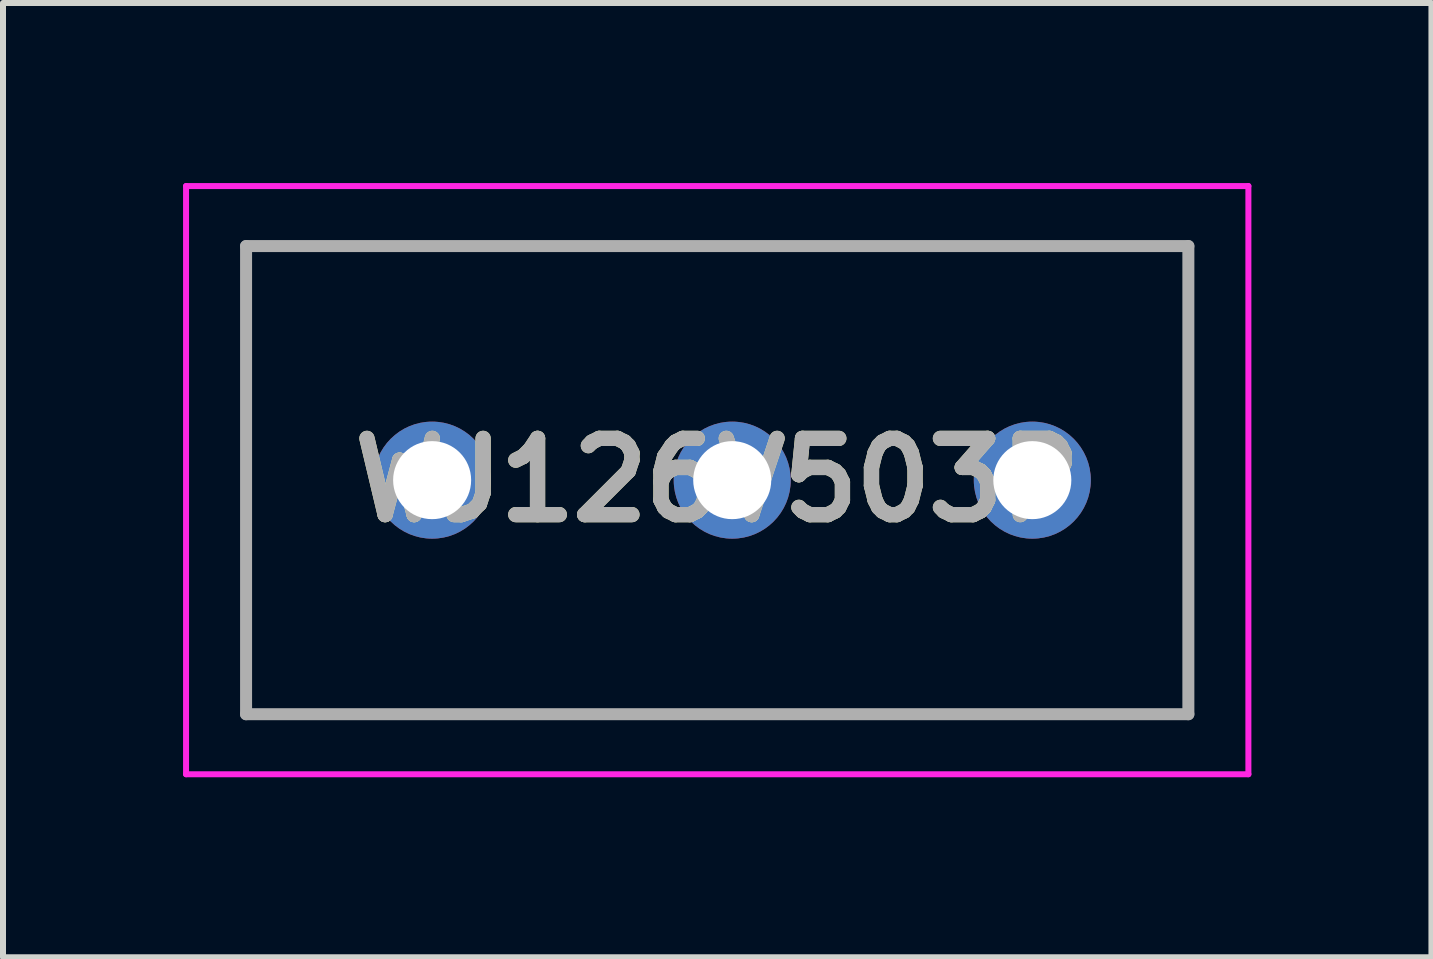
<source format=kicad_pcb>
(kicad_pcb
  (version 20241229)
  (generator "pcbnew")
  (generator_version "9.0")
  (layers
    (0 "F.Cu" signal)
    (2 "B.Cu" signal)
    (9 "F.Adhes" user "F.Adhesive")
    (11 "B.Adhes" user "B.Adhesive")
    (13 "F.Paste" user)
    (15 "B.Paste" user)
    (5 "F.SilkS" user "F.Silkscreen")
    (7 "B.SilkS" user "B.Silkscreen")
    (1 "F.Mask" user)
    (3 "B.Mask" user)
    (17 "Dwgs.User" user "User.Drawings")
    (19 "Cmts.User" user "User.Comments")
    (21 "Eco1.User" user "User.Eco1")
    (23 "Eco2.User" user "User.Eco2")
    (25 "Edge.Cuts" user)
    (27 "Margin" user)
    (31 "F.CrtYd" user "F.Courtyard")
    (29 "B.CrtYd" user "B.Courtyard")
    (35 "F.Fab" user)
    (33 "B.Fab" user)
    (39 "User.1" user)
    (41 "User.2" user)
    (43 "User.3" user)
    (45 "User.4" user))
  (footprint "WJ126V503P"
    (layer "F.Cu")
    (at 4.15 4.95)
    (property "Reference" "WJ126V503P" (at 4.75 0 0) (layer "F.SilkS") (effects (font (size 1.27 1.27) (thickness 0.254))))
    (attr through_hole)
    (fp_line (start -3.1 -3.9) (end 12.6 -3.9) (stroke (width 0.1) (type solid)) (layer "F.SilkS"))
    (fp_line (start -3.1 3.9) (end -3.1 -3.9) (stroke (width 0.1) (type solid)) (layer "F.SilkS"))
    (fp_line (start 12.6 -3.9) (end 12.6 3.9) (stroke (width 0.1) (type solid)) (layer "F.SilkS"))
    (fp_line (start 12.6 3.9) (end -3.1 3.9) (stroke (width 0.1) (type solid)) (layer "F.SilkS"))
    (fp_line (start -4.1 -4.9) (end 13.6 -4.9) (stroke (width 0.1) (type solid)) (layer "F.CrtYd"))
    (fp_line (start -4.1 4.9) (end -4.1 -4.9) (stroke (width 0.1) (type solid)) (layer "F.CrtYd"))
    (fp_line (start 13.6 -4.9) (end 13.6 4.9) (stroke (width 0.1) (type solid)) (layer "F.CrtYd"))
    (fp_line (start 13.6 4.9) (end -4.1 4.9) (stroke (width 0.1) (type solid)) (layer "F.CrtYd"))
    (fp_line (start -3.1 -3.9) (end 12.6 -3.9) (stroke (width 0.2) (type solid)) (layer "F.Fab"))
    (fp_line (start -3.1 3.9) (end -3.1 -3.9) (stroke (width 0.2) (type solid)) (layer "F.Fab"))
    (fp_line (start 12.6 -3.9) (end 12.6 3.9) (stroke (width 0.2) (type solid)) (layer "F.Fab"))
    (fp_line (start 12.6 3.9) (end -3.1 3.9) (stroke (width 0.2) (type solid)) (layer "F.Fab"))
    (fp_text user "${REFERENCE}" (at 4.75 0 0) (layer "F.Fab") (effects (font (size 1.27 1.27) (thickness 0.254))))
    (pad "1" thru_hole circle (at 0 0) (size 1.95 1.95) (drill 1.3) (layers "*.Cu" "*.Mask"))
    (pad "2" thru_hole circle (at 5 0) (size 1.95 1.95) (drill 1.3) (layers "*.Cu" "*.Mask"))
    (pad "3" thru_hole circle (at 10 0) (size 1.95 1.95) (drill 1.3) (layers "*.Cu" "*.Mask")))
  (gr_rect
    (start -3 -3)
    (end 20.8 12.9)
    (stroke (width 0.1) (type default))
    (fill no)
    (layer "Edge.Cuts")))
</source>
